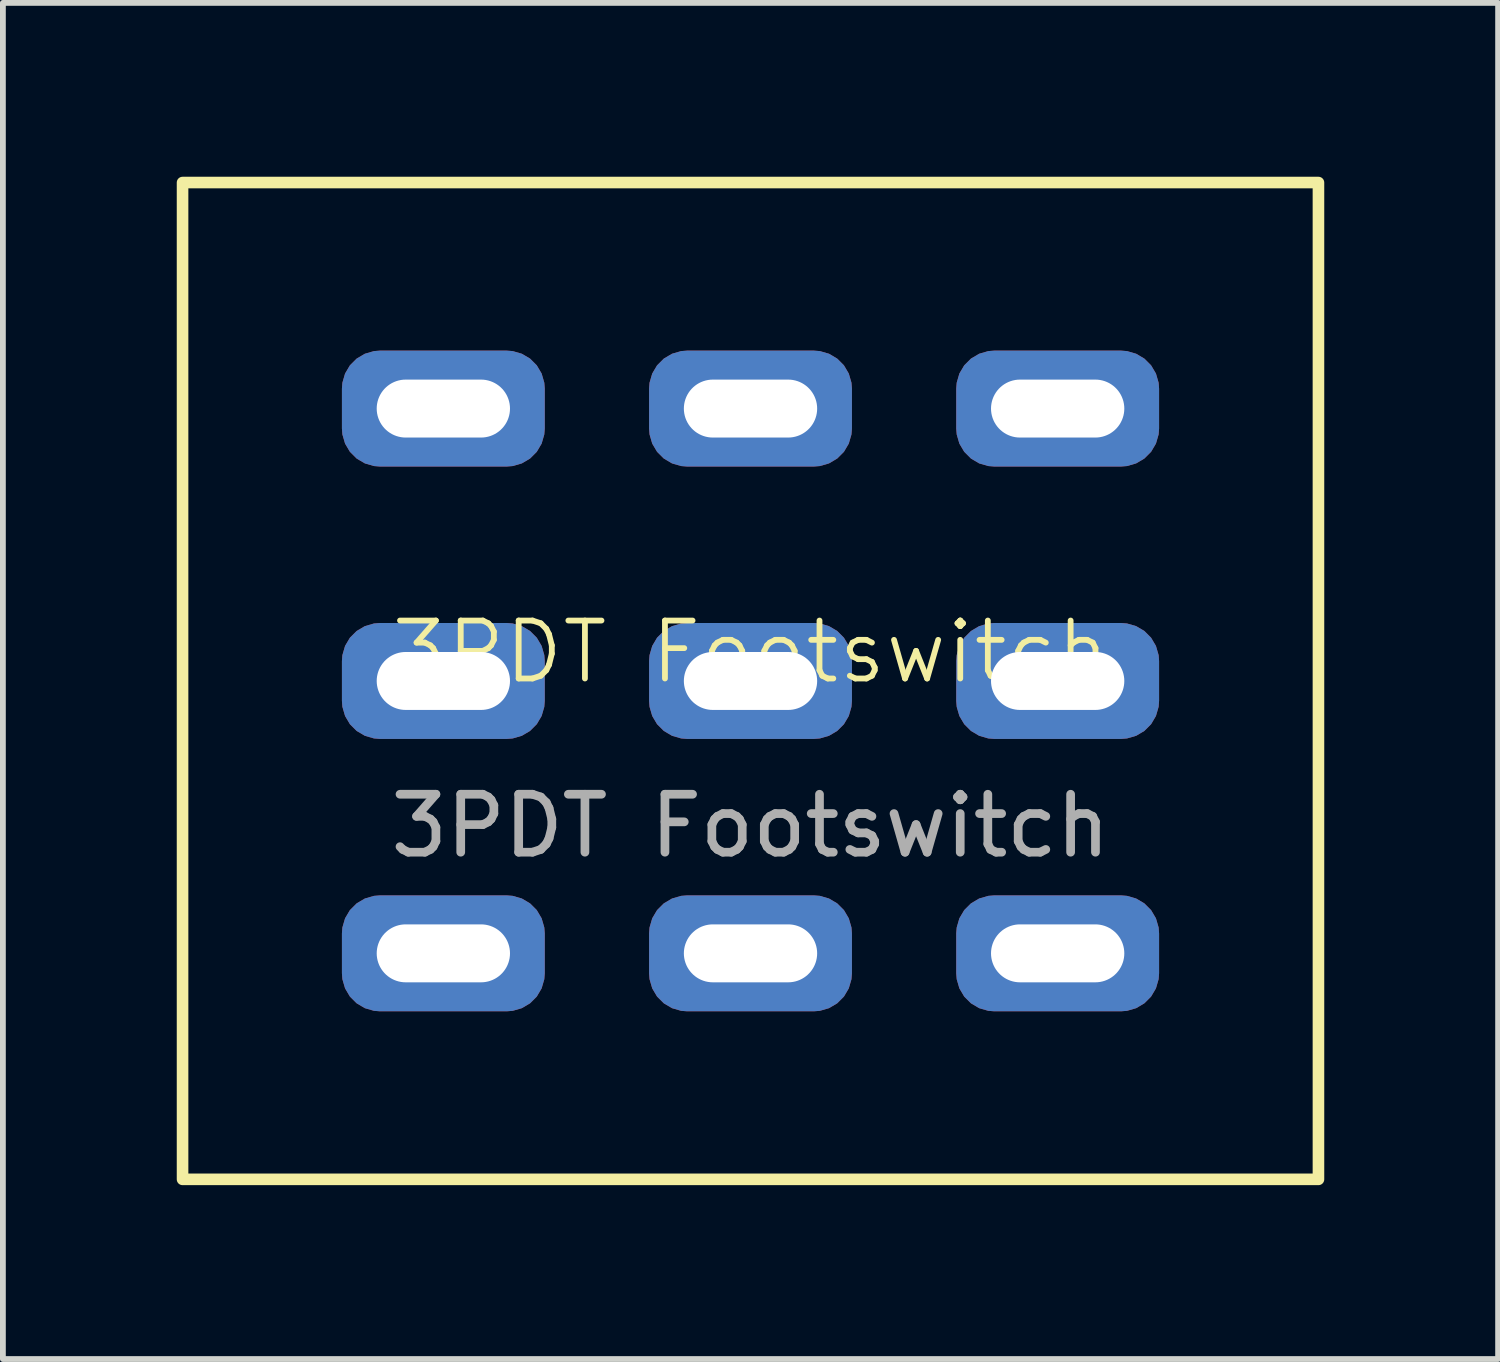
<source format=kicad_pcb>
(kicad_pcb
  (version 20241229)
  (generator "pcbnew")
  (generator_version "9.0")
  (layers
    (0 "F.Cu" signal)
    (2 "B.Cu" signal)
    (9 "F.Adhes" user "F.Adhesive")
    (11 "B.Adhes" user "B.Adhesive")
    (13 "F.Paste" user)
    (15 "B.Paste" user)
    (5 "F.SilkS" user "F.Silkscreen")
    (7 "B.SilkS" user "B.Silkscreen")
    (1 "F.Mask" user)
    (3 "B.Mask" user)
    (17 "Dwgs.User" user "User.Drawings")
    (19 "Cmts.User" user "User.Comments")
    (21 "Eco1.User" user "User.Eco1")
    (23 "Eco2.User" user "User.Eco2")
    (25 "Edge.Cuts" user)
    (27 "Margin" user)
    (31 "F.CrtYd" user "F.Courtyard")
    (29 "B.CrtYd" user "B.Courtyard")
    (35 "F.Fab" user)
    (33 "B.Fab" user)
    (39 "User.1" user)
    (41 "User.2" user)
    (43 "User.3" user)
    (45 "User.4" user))
  (footprint "3PDT Footswitch"
    (layer "F.Cu")
    (at 9.9 8.7)
    (property "Reference" "3PDT Footswitch" (at 0 -0.5 0) (unlocked yes) (layer "F.SilkS") (effects (font (size 1 1) (thickness 0.1))))
    (attr through_hole)
    (fp_rect (start -9.8 -8.6) (end 9.8 8.6) (stroke (width 0.2) (type default)) (fill no) (layer "F.SilkS"))
    (fp_text user "${REFERENCE}" (at 0 2.5 0) (unlocked yes) (layer "F.Fab") (effects (font (size 1 1) (thickness 0.15))))
    (pad "1" thru_hole roundrect (at 0 -4.7) (size 3.5 2) (drill oval 2.3 1) (layers "*.Cu" "*.Mask") (roundrect_rratio 0.328))
    (pad "2" thru_hole roundrect (at 5.3 -4.7) (size 3.5 2) (drill oval 2.3 1) (layers "*.Cu" "*.Mask") (roundrect_rratio 0.328))
    (pad "3" thru_hole roundrect (at -5.3 -4.7) (size 3.5 2) (drill oval 2.3 1) (layers "*.Cu" "*.Mask") (roundrect_rratio 0.328))
    (pad "4" thru_hole roundrect (at 0 0) (size 3.5 2) (drill oval 2.3 1) (layers "*.Cu" "*.Mask") (roundrect_rratio 0.328))
    (pad "5" thru_hole roundrect (at 5.3 0) (size 3.5 2) (drill oval 2.3 1) (layers "*.Cu" "*.Mask") (roundrect_rratio 0.328))
    (pad "6" thru_hole roundrect (at -5.3 0) (size 3.5 2) (drill oval 2.3 1) (layers "*.Cu" "*.Mask") (roundrect_rratio 0.328))
    (pad "7" thru_hole roundrect (at 0 4.7) (size 3.5 2) (drill oval 2.3 1) (layers "*.Cu" "*.Mask") (roundrect_rratio 0.328))
    (pad "8" thru_hole roundrect (at 5.3 4.7) (size 3.5 2) (drill oval 2.3 1) (layers "*.Cu" "*.Mask") (roundrect_rratio 0.328))
    (pad "9" thru_hole roundrect (at -5.3 4.7) (size 3.5 2) (drill oval 2.3 1) (layers "*.Cu" "*.Mask") (roundrect_rratio 0.328)))
  (gr_rect
    (start -3 -3)
    (end 22.8 20.4)
    (stroke (width 0.1) (type default))
    (fill no)
    (layer "Edge.Cuts")))
</source>
